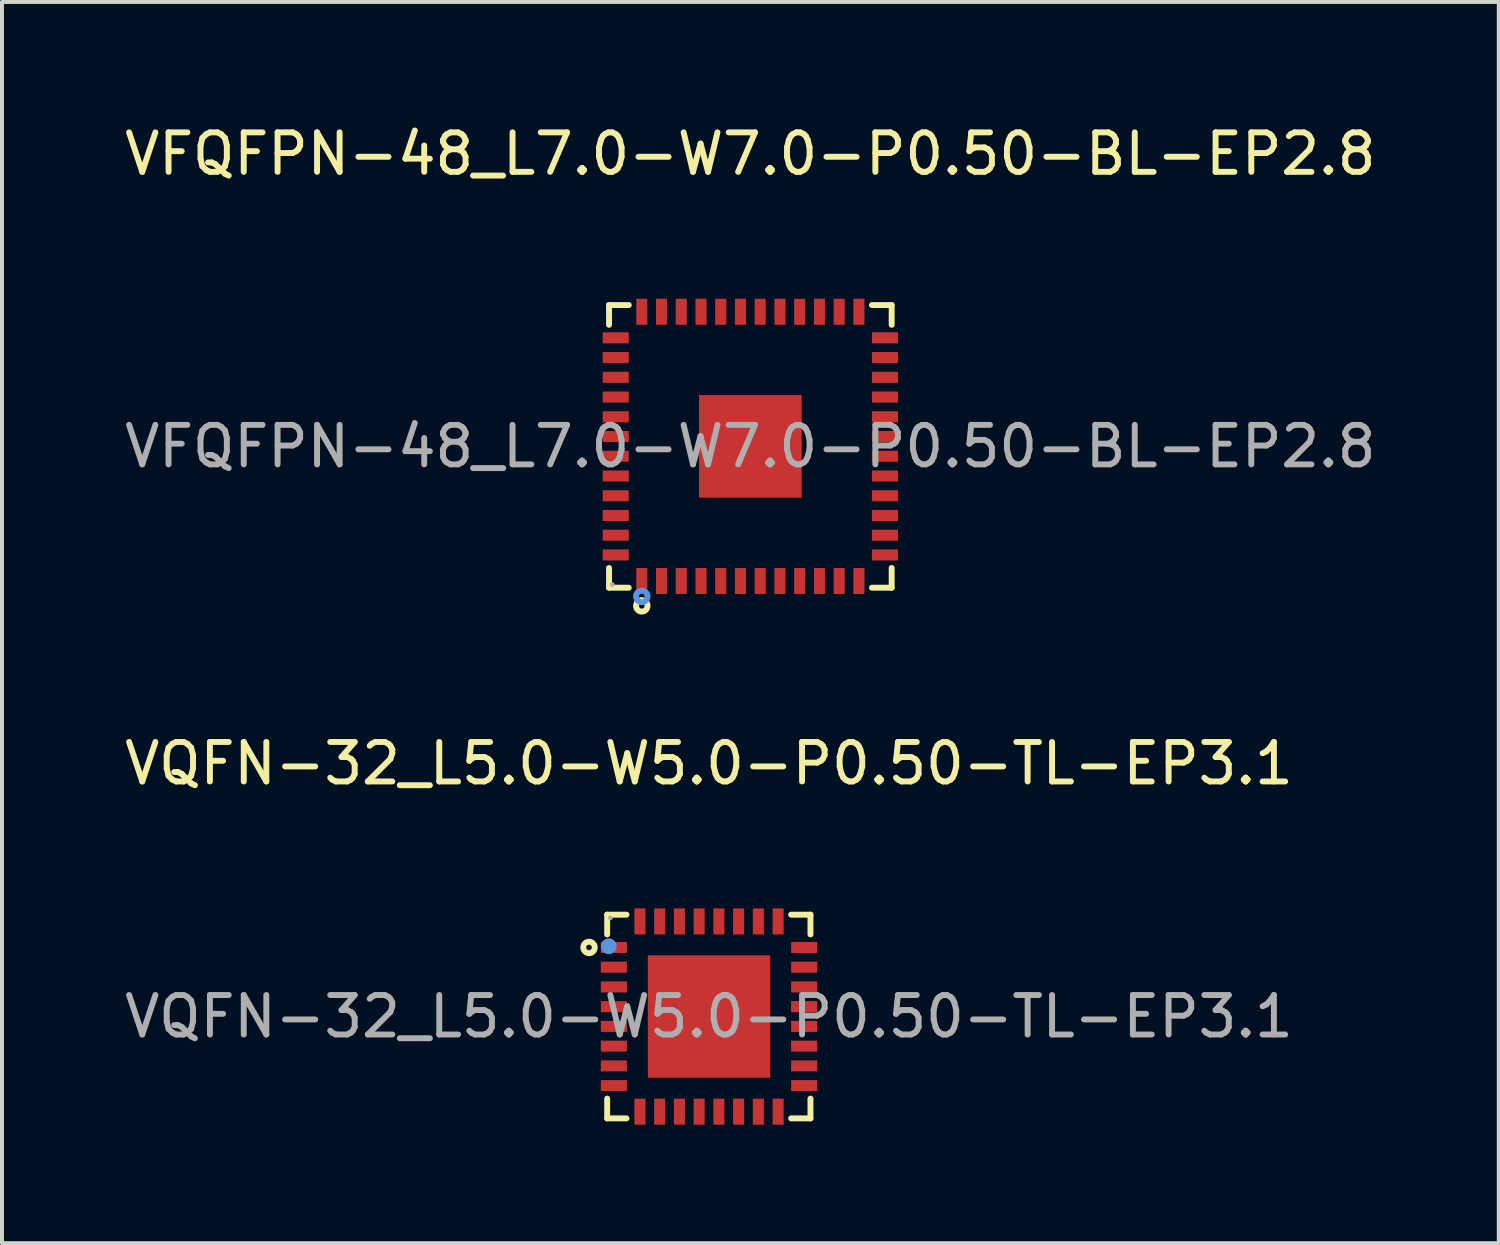
<source format=kicad_pcb>
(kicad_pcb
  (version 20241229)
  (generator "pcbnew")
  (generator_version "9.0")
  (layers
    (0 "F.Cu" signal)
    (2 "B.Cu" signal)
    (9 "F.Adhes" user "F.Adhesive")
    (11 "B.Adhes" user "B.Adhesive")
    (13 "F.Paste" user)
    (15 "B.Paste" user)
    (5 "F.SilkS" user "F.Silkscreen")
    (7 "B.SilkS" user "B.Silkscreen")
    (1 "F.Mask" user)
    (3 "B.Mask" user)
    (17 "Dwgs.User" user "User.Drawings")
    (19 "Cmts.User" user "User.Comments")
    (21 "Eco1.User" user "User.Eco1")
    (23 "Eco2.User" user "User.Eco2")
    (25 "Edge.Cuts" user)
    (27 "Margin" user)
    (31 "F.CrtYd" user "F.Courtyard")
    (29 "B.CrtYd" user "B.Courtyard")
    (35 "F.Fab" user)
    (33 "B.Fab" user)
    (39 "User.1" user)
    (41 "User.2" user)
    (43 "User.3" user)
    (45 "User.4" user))
  (footprint "VFQFPN-48_L7.0-W7.0-P0.50-BL-EP2.8"
    (layer "F.Cu")
    (at 15.958 8.258)
    (property "Reference" "VFQFPN-48_L7.0-W7.0-P0.50-BL-EP2.8" (at 0 -7.41 0) (layer "F.SilkS") (effects (font (size 1 1) (thickness 0.15))))
    (attr through_hole)
    (fp_line (start -3.58 -3.58) (end -3.08 -3.58) (stroke (width 0.15) (type solid)) (layer "F.SilkS"))
    (fp_line (start -3.58 -3.08) (end -3.58 -3.58) (stroke (width 0.15) (type solid)) (layer "F.SilkS"))
    (fp_line (start -3.58 3.08) (end -3.58 3.58) (stroke (width 0.15) (type solid)) (layer "F.SilkS"))
    (fp_line (start -3.58 3.58) (end -3.08 3.58) (stroke (width 0.15) (type solid)) (layer "F.SilkS"))
    (fp_line (start 3.58 -3.58) (end 3.08 -3.58) (stroke (width 0.15) (type solid)) (layer "F.SilkS"))
    (fp_line (start 3.58 -3.08) (end 3.58 -3.58) (stroke (width 0.15) (type solid)) (layer "F.SilkS"))
    (fp_line (start 3.58 3.08) (end 3.58 3.58) (stroke (width 0.15) (type solid)) (layer "F.SilkS"))
    (fp_line (start 3.58 3.58) (end 3.08 3.58) (stroke (width 0.15) (type solid)) (layer "F.SilkS"))
    (fp_circle (center -2.75 4.04) (end -2.68 4.04) (stroke (width 0.15) (type solid)) (fill no) (layer "F.SilkS"))
    (fp_circle (center -2.75 3.8) (end -2.68 3.8) (stroke (width 0.15) (type solid)) (fill no) (layer "Cmts.User"))
    (fp_circle (center -3.5 3.5) (end -3.47 3.5) (stroke (width 0.06) (type solid)) (fill no) (layer "F.Fab"))
    (fp_text user "${REFERENCE}" (at 0 0 0) (layer "F.Fab") (effects (font (size 1 1) (thickness 0.15))))
    (pad "1" smd rect (at -2.75 3.41) (size 0.28 0.66) (layers "F.Cu" "F.Mask" "F.Paste"))
    (pad "2" smd rect (at -2.25 3.41) (size 0.28 0.66) (layers "F.Cu" "F.Mask" "F.Paste"))
    (pad "3" smd rect (at -1.75 3.41) (size 0.28 0.66) (layers "F.Cu" "F.Mask" "F.Paste"))
    (pad "4" smd rect (at -1.25 3.41) (size 0.28 0.66) (layers "F.Cu" "F.Mask" "F.Paste"))
    (pad "5" smd rect (at -0.75 3.41) (size 0.28 0.66) (layers "F.Cu" "F.Mask" "F.Paste"))
    (pad "6" smd rect (at -0.25 3.41) (size 0.28 0.66) (layers "F.Cu" "F.Mask" "F.Paste"))
    (pad "7" smd rect (at 0.25 3.41) (size 0.28 0.66) (layers "F.Cu" "F.Mask" "F.Paste"))
    (pad "8" smd rect (at 0.75 3.41) (size 0.28 0.66) (layers "F.Cu" "F.Mask" "F.Paste"))
    (pad "9" smd rect (at 1.25 3.41) (size 0.28 0.66) (layers "F.Cu" "F.Mask" "F.Paste"))
    (pad "10" smd rect (at 1.75 3.41) (size 0.28 0.66) (layers "F.Cu" "F.Mask" "F.Paste"))
    (pad "11" smd rect (at 2.25 3.41) (size 0.28 0.66) (layers "F.Cu" "F.Mask" "F.Paste"))
    (pad "12" smd rect (at 2.75 3.41) (size 0.28 0.66) (layers "F.Cu" "F.Mask" "F.Paste"))
    (pad "13" smd rect (at 3.41 2.75) (size 0.66 0.28) (layers "F.Cu" "F.Mask" "F.Paste"))
    (pad "14" smd rect (at 3.41 2.25) (size 0.66 0.28) (layers "F.Cu" "F.Mask" "F.Paste"))
    (pad "15" smd rect (at 3.41 1.75) (size 0.66 0.28) (layers "F.Cu" "F.Mask" "F.Paste"))
    (pad "16" smd rect (at 3.41 1.25) (size 0.66 0.28) (layers "F.Cu" "F.Mask" "F.Paste"))
    (pad "17" smd rect (at 3.41 0.75) (size 0.66 0.28) (layers "F.Cu" "F.Mask" "F.Paste"))
    (pad "18" smd rect (at 3.41 0.25) (size 0.66 0.28) (layers "F.Cu" "F.Mask" "F.Paste"))
    (pad "19" smd rect (at 3.41 -0.25) (size 0.66 0.28) (layers "F.Cu" "F.Mask" "F.Paste"))
    (pad "20" smd rect (at 3.41 -0.75) (size 0.66 0.28) (layers "F.Cu" "F.Mask" "F.Paste"))
    (pad "21" smd rect (at 3.41 -1.25) (size 0.66 0.28) (layers "F.Cu" "F.Mask" "F.Paste"))
    (pad "22" smd rect (at 3.41 -1.75) (size 0.66 0.28) (layers "F.Cu" "F.Mask" "F.Paste"))
    (pad "23" smd rect (at 3.41 -2.25) (size 0.66 0.28) (layers "F.Cu" "F.Mask" "F.Paste"))
    (pad "24" smd rect (at 3.41 -2.75) (size 0.66 0.28) (layers "F.Cu" "F.Mask" "F.Paste"))
    (pad "25" smd rect (at 2.75 -3.41) (size 0.28 0.66) (layers "F.Cu" "F.Mask" "F.Paste"))
    (pad "26" smd rect (at 2.25 -3.41) (size 0.28 0.66) (layers "F.Cu" "F.Mask" "F.Paste"))
    (pad "27" smd rect (at 1.75 -3.41) (size 0.28 0.66) (layers "F.Cu" "F.Mask" "F.Paste"))
    (pad "28" smd rect (at 1.25 -3.41) (size 0.28 0.66) (layers "F.Cu" "F.Mask" "F.Paste"))
    (pad "29" smd rect (at 0.75 -3.41) (size 0.28 0.66) (layers "F.Cu" "F.Mask" "F.Paste"))
    (pad "30" smd rect (at 0.25 -3.41) (size 0.28 0.66) (layers "F.Cu" "F.Mask" "F.Paste"))
    (pad "31" smd rect (at -0.25 -3.41) (size 0.28 0.66) (layers "F.Cu" "F.Mask" "F.Paste"))
    (pad "32" smd rect (at -0.75 -3.41) (size 0.28 0.66) (layers "F.Cu" "F.Mask" "F.Paste"))
    (pad "33" smd rect (at -1.25 -3.41) (size 0.28 0.66) (layers "F.Cu" "F.Mask" "F.Paste"))
    (pad "34" smd rect (at -1.75 -3.41) (size 0.28 0.66) (layers "F.Cu" "F.Mask" "F.Paste"))
    (pad "35" smd rect (at -2.25 -3.41) (size 0.28 0.66) (layers "F.Cu" "F.Mask" "F.Paste"))
    (pad "36" smd rect (at -2.75 -3.41) (size 0.28 0.66) (layers "F.Cu" "F.Mask" "F.Paste"))
    (pad "37" smd rect (at -3.41 -2.75) (size 0.66 0.28) (layers "F.Cu" "F.Mask" "F.Paste"))
    (pad "38" smd rect (at -3.41 -2.25) (size 0.66 0.28) (layers "F.Cu" "F.Mask" "F.Paste"))
    (pad "39" smd rect (at -3.41 -1.75) (size 0.66 0.28) (layers "F.Cu" "F.Mask" "F.Paste"))
    (pad "40" smd rect (at -3.41 -1.25) (size 0.66 0.28) (layers "F.Cu" "F.Mask" "F.Paste"))
    (pad "41" smd rect (at -3.41 -0.75) (size 0.66 0.28) (layers "F.Cu" "F.Mask" "F.Paste"))
    (pad "42" smd rect (at -3.41 -0.25) (size 0.66 0.28) (layers "F.Cu" "F.Mask" "F.Paste"))
    (pad "43" smd rect (at -3.41 0.25) (size 0.66 0.28) (layers "F.Cu" "F.Mask" "F.Paste"))
    (pad "44" smd rect (at -3.41 0.75) (size 0.66 0.28) (layers "F.Cu" "F.Mask" "F.Paste"))
    (pad "45" smd rect (at -3.41 1.25) (size 0.66 0.28) (layers "F.Cu" "F.Mask" "F.Paste"))
    (pad "46" smd rect (at -3.41 1.75) (size 0.66 0.28) (layers "F.Cu" "F.Mask" "F.Paste"))
    (pad "47" smd rect (at -3.41 2.25) (size 0.66 0.28) (layers "F.Cu" "F.Mask" "F.Paste"))
    (pad "48" smd rect (at -3.41 2.75) (size 0.66 0.28) (layers "F.Cu" "F.Mask" "F.Paste"))
    (pad "49" smd rect (at 0 0) (size 2.6 2.6) (layers "F.Cu" "F.Mask" "F.Paste")))
  (footprint "VQFN-32_L5.0-W5.0-P0.50-TL-EP3.1"
    (layer "F.Cu")
    (at 14.911 22.701)
    (property "Reference" "VQFN-32_L5.0-W5.0-P0.50-TL-EP3.1" (at 0 -6.41 0) (layer "F.SilkS") (effects (font (size 1 1) (thickness 0.15))))
    (attr through_hole)
    (fp_line (start -2.58 -2.58) (end -2.58 -2.08) (stroke (width 0.15) (type solid)) (layer "F.SilkS"))
    (fp_line (start -2.58 2.58) (end -2.58 2.08) (stroke (width 0.15) (type solid)) (layer "F.SilkS"))
    (fp_line (start -2.09 -2.58) (end -2.58 -2.58) (stroke (width 0.15) (type solid)) (layer "F.SilkS"))
    (fp_line (start -2.09 2.58) (end -2.58 2.58) (stroke (width 0.15) (type solid)) (layer "F.SilkS"))
    (fp_line (start 2.08 -2.58) (end 2.57 -2.58) (stroke (width 0.15) (type solid)) (layer "F.SilkS"))
    (fp_line (start 2.08 2.58) (end 2.57 2.58) (stroke (width 0.15) (type solid)) (layer "F.SilkS"))
    (fp_line (start 2.57 -2.58) (end 2.57 -2.08) (stroke (width 0.15) (type solid)) (layer "F.SilkS"))
    (fp_line (start 2.57 2.58) (end 2.57 2.08) (stroke (width 0.15) (type solid)) (layer "F.SilkS"))
    (fp_circle (center -3.04 -1.75) (end -2.97 -1.75) (stroke (width 0.15) (type solid)) (fill no) (layer "F.SilkS"))
    (fp_circle (center -2.54 -1.78) (end -2.44 -1.78) (stroke (width 0.2) (type solid)) (fill no) (layer "Cmts.User"))
    (fp_circle (center -2.5 -2.5) (end -2.47 -2.5) (stroke (width 0.06) (type solid)) (fill no) (layer "F.Fab"))
    (fp_text user "${REFERENCE}" (at 0 0 0) (layer "F.Fab") (effects (font (size 1 1) (thickness 0.15))))
    (pad "1" smd rect (at -2.41 -1.75) (size 0.66 0.28) (layers "F.Cu" "F.Mask" "F.Paste"))
    (pad "2" smd rect (at -2.41 -1.25) (size 0.66 0.28) (layers "F.Cu" "F.Mask" "F.Paste"))
    (pad "3" smd rect (at -2.41 -0.75) (size 0.66 0.28) (layers "F.Cu" "F.Mask" "F.Paste"))
    (pad "4" smd rect (at -2.41 -0.25) (size 0.66 0.28) (layers "F.Cu" "F.Mask" "F.Paste"))
    (pad "5" smd rect (at -2.41 0.25) (size 0.66 0.28) (layers "F.Cu" "F.Mask" "F.Paste"))
    (pad "6" smd rect (at -2.41 0.75) (size 0.66 0.28) (layers "F.Cu" "F.Mask" "F.Paste"))
    (pad "7" smd rect (at -2.41 1.25) (size 0.66 0.28) (layers "F.Cu" "F.Mask" "F.Paste"))
    (pad "8" smd rect (at -2.41 1.75) (size 0.66 0.28) (layers "F.Cu" "F.Mask" "F.Paste"))
    (pad "9" smd rect (at -1.75 2.41) (size 0.28 0.66) (layers "F.Cu" "F.Mask" "F.Paste"))
    (pad "10" smd rect (at -1.25 2.41) (size 0.28 0.66) (layers "F.Cu" "F.Mask" "F.Paste"))
    (pad "11" smd rect (at -0.75 2.41) (size 0.28 0.66) (layers "F.Cu" "F.Mask" "F.Paste"))
    (pad "12" smd rect (at -0.25 2.41) (size 0.28 0.66) (layers "F.Cu" "F.Mask" "F.Paste"))
    (pad "13" smd rect (at 0.25 2.41) (size 0.28 0.66) (layers "F.Cu" "F.Mask" "F.Paste"))
    (pad "14" smd rect (at 0.75 2.41) (size 0.28 0.66) (layers "F.Cu" "F.Mask" "F.Paste"))
    (pad "15" smd rect (at 1.25 2.41) (size 0.28 0.66) (layers "F.Cu" "F.Mask" "F.Paste"))
    (pad "16" smd rect (at 1.75 2.41) (size 0.28 0.66) (layers "F.Cu" "F.Mask" "F.Paste"))
    (pad "17" smd rect (at 2.41 1.75) (size 0.66 0.28) (layers "F.Cu" "F.Mask" "F.Paste"))
    (pad "18" smd rect (at 2.41 1.25) (size 0.66 0.28) (layers "F.Cu" "F.Mask" "F.Paste"))
    (pad "19" smd rect (at 2.41 0.75) (size 0.66 0.28) (layers "F.Cu" "F.Mask" "F.Paste"))
    (pad "20" smd rect (at 2.41 0.25) (size 0.66 0.28) (layers "F.Cu" "F.Mask" "F.Paste"))
    (pad "21" smd rect (at 2.41 -0.25) (size 0.66 0.28) (layers "F.Cu" "F.Mask" "F.Paste"))
    (pad "22" smd rect (at 2.41 -0.75) (size 0.66 0.28) (layers "F.Cu" "F.Mask" "F.Paste"))
    (pad "23" smd rect (at 2.41 -1.25) (size 0.66 0.28) (layers "F.Cu" "F.Mask" "F.Paste"))
    (pad "24" smd rect (at 2.41 -1.75) (size 0.66 0.28) (layers "F.Cu" "F.Mask" "F.Paste"))
    (pad "25" smd rect (at 1.75 -2.41) (size 0.28 0.66) (layers "F.Cu" "F.Mask" "F.Paste"))
    (pad "26" smd rect (at 1.25 -2.41) (size 0.28 0.66) (layers "F.Cu" "F.Mask" "F.Paste"))
    (pad "27" smd rect (at 0.75 -2.41) (size 0.28 0.66) (layers "F.Cu" "F.Mask" "F.Paste"))
    (pad "28" smd rect (at 0.25 -2.41) (size 0.28 0.66) (layers "F.Cu" "F.Mask" "F.Paste"))
    (pad "29" smd rect (at -0.25 -2.41) (size 0.28 0.66) (layers "F.Cu" "F.Mask" "F.Paste"))
    (pad "30" smd rect (at -0.75 -2.41) (size 0.28 0.66) (layers "F.Cu" "F.Mask" "F.Paste"))
    (pad "31" smd rect (at -1.25 -2.41) (size 0.28 0.66) (layers "F.Cu" "F.Mask" "F.Paste"))
    (pad "32" smd rect (at -1.75 -2.41) (size 0.28 0.66) (layers "F.Cu" "F.Mask" "F.Paste"))
    (pad "33" smd rect (at 0 0) (size 3.1 3.1) (layers "F.Cu" "F.Mask" "F.Paste")))
  (gr_rect
    (start -3 -3)
    (end 34.917 28.442)
    (stroke (width 0.1) (type default))
    (fill no)
    (layer "Edge.Cuts")))
</source>
